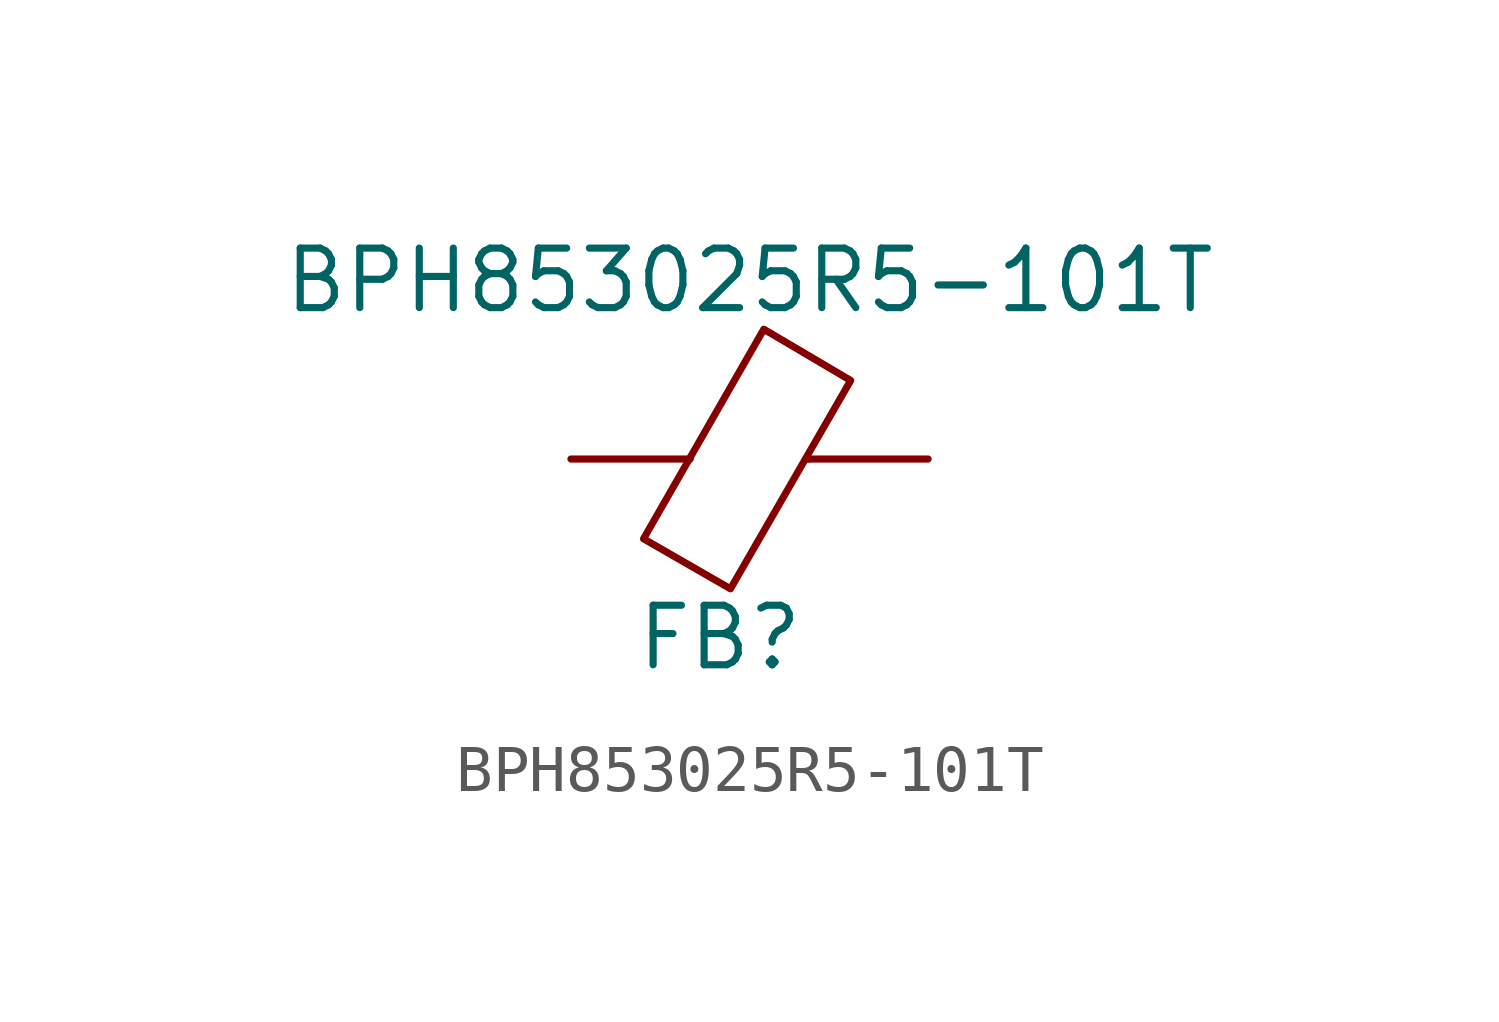
<source format=kicad_sym>
(kicad_symbol_lib
  (version 20241209)
  (generator "kicad_symbol_editor")
  (generator_version "9.0")
  (symbol "BPH853025R5-101T"
    (pin_numbers
      (hide yes))
    (pin_names
      (offset 0))
    (property "Reference" "FB"
      (at -0.635 -3.81 0)
      (effects (font (size 1.27 1.27))))
    (property "Value" "BPH853025R5-101T"
      (at 0 3.81 0)
      (effects (font (size 1.27 1.27))))
    (symbol "BPH853025R5-101T_0_1"
      (polyline (pts (xy -1.27 0) (xy -1.295 0)) (stroke (width 0) (type default)) (fill (type none)))
      (polyline (pts (xy -0.406 -2.769) (xy -2.261 -1.702) (xy 0.305 2.769) (xy 2.159 1.676) (xy -0.406 -2.769)) (stroke (width 0) (type default)) (fill (type none)))
      (polyline (pts (xy 1.27 0) (xy 1.219 0)) (stroke (width 0) (type default)) (fill (type none))))
    (symbol "BPH853025R5-101T_1_1"
      (pin passive line (at -3.81 0 0) (length 2.54) (name "~" (effects (font (size 1.27 1.27)))) (number "1" (effects (font (size 1.27 1.27)))))
      (pin passive line (at 3.81 0 180) (length 2.54) (name "~" (effects (font (size 1.27 1.27)))) (number "2" (effects (font (size 1.27 1.27))))))))
</source>
